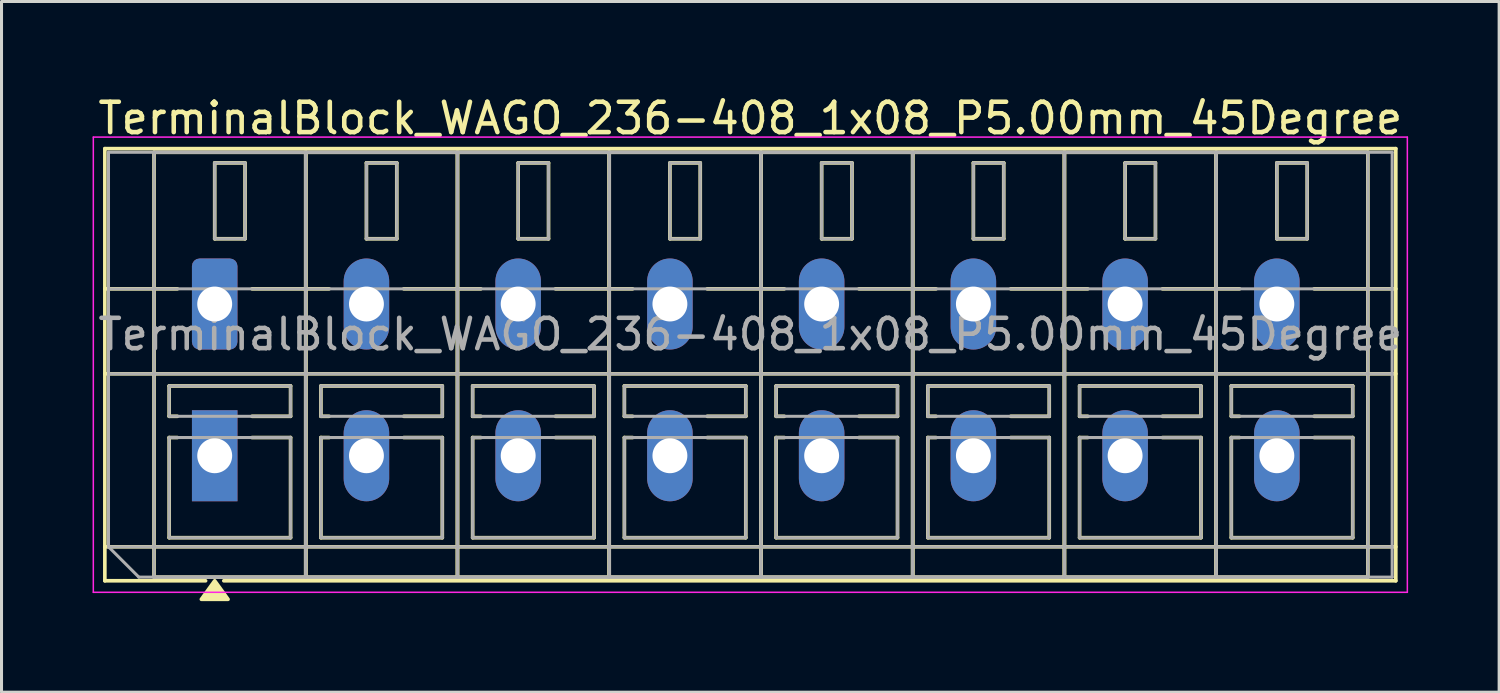
<source format=kicad_pcb>
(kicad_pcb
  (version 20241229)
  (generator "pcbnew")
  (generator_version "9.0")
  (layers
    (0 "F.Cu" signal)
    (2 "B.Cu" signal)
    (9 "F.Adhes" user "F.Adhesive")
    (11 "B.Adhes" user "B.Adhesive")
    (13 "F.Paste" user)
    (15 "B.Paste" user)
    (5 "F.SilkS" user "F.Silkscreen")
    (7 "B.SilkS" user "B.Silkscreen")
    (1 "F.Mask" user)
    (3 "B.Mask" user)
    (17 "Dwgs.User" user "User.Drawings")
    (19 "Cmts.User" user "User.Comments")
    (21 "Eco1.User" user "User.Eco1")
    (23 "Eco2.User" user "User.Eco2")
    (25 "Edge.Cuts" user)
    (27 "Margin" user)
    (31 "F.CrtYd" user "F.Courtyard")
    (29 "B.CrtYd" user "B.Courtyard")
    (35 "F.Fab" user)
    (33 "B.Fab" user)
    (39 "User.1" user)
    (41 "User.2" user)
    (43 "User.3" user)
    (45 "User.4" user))
  (footprint "TerminalBlock_WAGO_236-408_1x08_P5.00mm_45Degree"
    (layer "F.Cu")
    (at 4.025 6.968)
    (property "Reference" "TerminalBlock_WAGO_236-408_1x08_P5.00mm_45Degree" (at 17.65 -6.12 0) (layer "F.SilkS") (effects (font (size 1 1) (thickness 0.15))))
    (attr through_hole)
    (fp_line (start -3.62 -5.12) (end -3.62 9.12) (stroke (width 0.12) (type solid)) (layer "F.SilkS"))
    (fp_line (start -3.62 -5.12) (end 38.92 -5.12) (stroke (width 0.12) (type solid)) (layer "F.SilkS"))
    (fp_line (start -3.62 -0.5) (end -1.23 -0.5) (stroke (width 0.12) (type solid)) (layer "F.SilkS"))
    (fp_line (start -3.62 2.3) (end 38.92 2.3) (stroke (width 0.12) (type solid)) (layer "F.SilkS"))
    (fp_line (start -3.62 8) (end 38.92 8) (stroke (width 0.12) (type solid)) (layer "F.SilkS"))
    (fp_line (start -3.62 9.12) (end -0.3 9.12) (stroke (width 0.12) (type solid)) (layer "F.SilkS"))
    (fp_line (start -2 -5) (end -2 9) (stroke (width 0.12) (type solid)) (layer "F.SilkS"))
    (fp_line (start -2 -5) (end 3 -5) (stroke (width 0.12) (type solid)) (layer "F.SilkS"))
    (fp_line (start -2 9) (end 3 9) (stroke (width 0.12) (type solid)) (layer "F.SilkS"))
    (fp_line (start -1.5 2.7) (end -1.5 3.7) (stroke (width 0.12) (type solid)) (layer "F.SilkS"))
    (fp_line (start -1.5 2.7) (end 2.5 2.7) (stroke (width 0.12) (type solid)) (layer "F.SilkS"))
    (fp_line (start -1.5 3.7) (end -1.23 3.7) (stroke (width 0.12) (type solid)) (layer "F.SilkS"))
    (fp_line (start -1.5 4.4) (end -1.5 7.7) (stroke (width 0.12) (type solid)) (layer "F.SilkS"))
    (fp_line (start -1.5 4.4) (end -1.23 4.4) (stroke (width 0.12) (type solid)) (layer "F.SilkS"))
    (fp_line (start -1.5 7.7) (end 2.5 7.7) (stroke (width 0.12) (type solid)) (layer "F.SilkS"))
    (fp_line (start 0 -4.65) (end 0 -2.15) (stroke (width 0.12) (type solid)) (layer "F.SilkS"))
    (fp_line (start 0 -4.65) (end 1 -4.65) (stroke (width 0.12) (type solid)) (layer "F.SilkS"))
    (fp_line (start 0 -2.15) (end 1 -2.15) (stroke (width 0.12) (type solid)) (layer "F.SilkS"))
    (fp_line (start 0.3 9.12) (end 38.92 9.12) (stroke (width 0.12) (type solid)) (layer "F.SilkS"))
    (fp_line (start 1 -4.65) (end 1 -2.15) (stroke (width 0.12) (type solid)) (layer "F.SilkS"))
    (fp_line (start 1.23 -0.5) (end 3.77 -0.5) (stroke (width 0.12) (type solid)) (layer "F.SilkS"))
    (fp_line (start 1.23 3.7) (end 2.5 3.7) (stroke (width 0.12) (type solid)) (layer "F.SilkS"))
    (fp_line (start 1.23 4.4) (end 2.5 4.4) (stroke (width 0.12) (type solid)) (layer "F.SilkS"))
    (fp_line (start 2.5 2.7) (end 2.5 3.7) (stroke (width 0.12) (type solid)) (layer "F.SilkS"))
    (fp_line (start 2.5 4.4) (end 2.5 7.7) (stroke (width 0.12) (type solid)) (layer "F.SilkS"))
    (fp_line (start 3 -5) (end 3 9) (stroke (width 0.12) (type solid)) (layer "F.SilkS"))
    (fp_line (start 3 -5) (end 3 9) (stroke (width 0.12) (type solid)) (layer "F.SilkS"))
    (fp_line (start 3 -5) (end 8 -5) (stroke (width 0.12) (type solid)) (layer "F.SilkS"))
    (fp_line (start 3 9) (end 8 9) (stroke (width 0.12) (type solid)) (layer "F.SilkS"))
    (fp_line (start 3.5 2.7) (end 3.5 3.7) (stroke (width 0.12) (type solid)) (layer "F.SilkS"))
    (fp_line (start 3.5 2.7) (end 7.5 2.7) (stroke (width 0.12) (type solid)) (layer "F.SilkS"))
    (fp_line (start 3.5 3.7) (end 3.77 3.7) (stroke (width 0.12) (type solid)) (layer "F.SilkS"))
    (fp_line (start 3.5 4.4) (end 3.5 7.7) (stroke (width 0.12) (type solid)) (layer "F.SilkS"))
    (fp_line (start 3.5 4.4) (end 3.77 4.4) (stroke (width 0.12) (type solid)) (layer "F.SilkS"))
    (fp_line (start 3.5 7.7) (end 7.5 7.7) (stroke (width 0.12) (type solid)) (layer "F.SilkS"))
    (fp_line (start 5 -4.65) (end 5 -2.15) (stroke (width 0.12) (type solid)) (layer "F.SilkS"))
    (fp_line (start 5 -4.65) (end 6 -4.65) (stroke (width 0.12) (type solid)) (layer "F.SilkS"))
    (fp_line (start 5 -2.15) (end 6 -2.15) (stroke (width 0.12) (type solid)) (layer "F.SilkS"))
    (fp_line (start 6 -4.65) (end 6 -2.15) (stroke (width 0.12) (type solid)) (layer "F.SilkS"))
    (fp_line (start 6.23 -0.5) (end 8.77 -0.5) (stroke (width 0.12) (type solid)) (layer "F.SilkS"))
    (fp_line (start 6.23 3.7) (end 7.5 3.7) (stroke (width 0.12) (type solid)) (layer "F.SilkS"))
    (fp_line (start 6.23 4.4) (end 7.5 4.4) (stroke (width 0.12) (type solid)) (layer "F.SilkS"))
    (fp_line (start 7.5 2.7) (end 7.5 3.7) (stroke (width 0.12) (type solid)) (layer "F.SilkS"))
    (fp_line (start 7.5 4.4) (end 7.5 7.7) (stroke (width 0.12) (type solid)) (layer "F.SilkS"))
    (fp_line (start 8 -5) (end 8 9) (stroke (width 0.12) (type solid)) (layer "F.SilkS"))
    (fp_line (start 8 -5) (end 8 9) (stroke (width 0.12) (type solid)) (layer "F.SilkS"))
    (fp_line (start 8 -5) (end 13 -5) (stroke (width 0.12) (type solid)) (layer "F.SilkS"))
    (fp_line (start 8 9) (end 13 9) (stroke (width 0.12) (type solid)) (layer "F.SilkS"))
    (fp_line (start 8.5 2.7) (end 8.5 3.7) (stroke (width 0.12) (type solid)) (layer "F.SilkS"))
    (fp_line (start 8.5 2.7) (end 12.5 2.7) (stroke (width 0.12) (type solid)) (layer "F.SilkS"))
    (fp_line (start 8.5 3.7) (end 8.77 3.7) (stroke (width 0.12) (type solid)) (layer "F.SilkS"))
    (fp_line (start 8.5 4.4) (end 8.5 7.7) (stroke (width 0.12) (type solid)) (layer "F.SilkS"))
    (fp_line (start 8.5 4.4) (end 8.77 4.4) (stroke (width 0.12) (type solid)) (layer "F.SilkS"))
    (fp_line (start 8.5 7.7) (end 12.5 7.7) (stroke (width 0.12) (type solid)) (layer "F.SilkS"))
    (fp_line (start 10 -4.65) (end 10 -2.15) (stroke (width 0.12) (type solid)) (layer "F.SilkS"))
    (fp_line (start 10 -4.65) (end 11 -4.65) (stroke (width 0.12) (type solid)) (layer "F.SilkS"))
    (fp_line (start 10 -2.15) (end 11 -2.15) (stroke (width 0.12) (type solid)) (layer "F.SilkS"))
    (fp_line (start 11 -4.65) (end 11 -2.15) (stroke (width 0.12) (type solid)) (layer "F.SilkS"))
    (fp_line (start 11.23 -0.5) (end 13.77 -0.5) (stroke (width 0.12) (type solid)) (layer "F.SilkS"))
    (fp_line (start 11.23 3.7) (end 12.5 3.7) (stroke (width 0.12) (type solid)) (layer "F.SilkS"))
    (fp_line (start 11.23 4.4) (end 12.5 4.4) (stroke (width 0.12) (type solid)) (layer "F.SilkS"))
    (fp_line (start 12.5 2.7) (end 12.5 3.7) (stroke (width 0.12) (type solid)) (layer "F.SilkS"))
    (fp_line (start 12.5 4.4) (end 12.5 7.7) (stroke (width 0.12) (type solid)) (layer "F.SilkS"))
    (fp_line (start 13 -5) (end 13 9) (stroke (width 0.12) (type solid)) (layer "F.SilkS"))
    (fp_line (start 13 -5) (end 13 9) (stroke (width 0.12) (type solid)) (layer "F.SilkS"))
    (fp_line (start 13 -5) (end 18 -5) (stroke (width 0.12) (type solid)) (layer "F.SilkS"))
    (fp_line (start 13 9) (end 18 9) (stroke (width 0.12) (type solid)) (layer "F.SilkS"))
    (fp_line (start 13.5 2.7) (end 13.5 3.7) (stroke (width 0.12) (type solid)) (layer "F.SilkS"))
    (fp_line (start 13.5 2.7) (end 17.5 2.7) (stroke (width 0.12) (type solid)) (layer "F.SilkS"))
    (fp_line (start 13.5 3.7) (end 13.77 3.7) (stroke (width 0.12) (type solid)) (layer "F.SilkS"))
    (fp_line (start 13.5 4.4) (end 13.5 7.7) (stroke (width 0.12) (type solid)) (layer "F.SilkS"))
    (fp_line (start 13.5 4.4) (end 13.77 4.4) (stroke (width 0.12) (type solid)) (layer "F.SilkS"))
    (fp_line (start 13.5 7.7) (end 17.5 7.7) (stroke (width 0.12) (type solid)) (layer "F.SilkS"))
    (fp_line (start 15 -4.65) (end 15 -2.15) (stroke (width 0.12) (type solid)) (layer "F.SilkS"))
    (fp_line (start 15 -4.65) (end 16 -4.65) (stroke (width 0.12) (type solid)) (layer "F.SilkS"))
    (fp_line (start 15 -2.15) (end 16 -2.15) (stroke (width 0.12) (type solid)) (layer "F.SilkS"))
    (fp_line (start 16 -4.65) (end 16 -2.15) (stroke (width 0.12) (type solid)) (layer "F.SilkS"))
    (fp_line (start 16.23 -0.5) (end 18.77 -0.5) (stroke (width 0.12) (type solid)) (layer "F.SilkS"))
    (fp_line (start 16.23 3.7) (end 17.5 3.7) (stroke (width 0.12) (type solid)) (layer "F.SilkS"))
    (fp_line (start 16.23 4.4) (end 17.5 4.4) (stroke (width 0.12) (type solid)) (layer "F.SilkS"))
    (fp_line (start 17.5 2.7) (end 17.5 3.7) (stroke (width 0.12) (type solid)) (layer "F.SilkS"))
    (fp_line (start 17.5 4.4) (end 17.5 7.7) (stroke (width 0.12) (type solid)) (layer "F.SilkS"))
    (fp_line (start 18 -5) (end 18 9) (stroke (width 0.12) (type solid)) (layer "F.SilkS"))
    (fp_line (start 18 -5) (end 18 9) (stroke (width 0.12) (type solid)) (layer "F.SilkS"))
    (fp_line (start 18 -5) (end 23 -5) (stroke (width 0.12) (type solid)) (layer "F.SilkS"))
    (fp_line (start 18 9) (end 23 9) (stroke (width 0.12) (type solid)) (layer "F.SilkS"))
    (fp_line (start 18.5 2.7) (end 18.5 3.7) (stroke (width 0.12) (type solid)) (layer "F.SilkS"))
    (fp_line (start 18.5 2.7) (end 22.5 2.7) (stroke (width 0.12) (type solid)) (layer "F.SilkS"))
    (fp_line (start 18.5 3.7) (end 18.77 3.7) (stroke (width 0.12) (type solid)) (layer "F.SilkS"))
    (fp_line (start 18.5 4.4) (end 18.5 7.7) (stroke (width 0.12) (type solid)) (layer "F.SilkS"))
    (fp_line (start 18.5 4.4) (end 18.77 4.4) (stroke (width 0.12) (type solid)) (layer "F.SilkS"))
    (fp_line (start 18.5 7.7) (end 22.5 7.7) (stroke (width 0.12) (type solid)) (layer "F.SilkS"))
    (fp_line (start 20 -4.65) (end 20 -2.15) (stroke (width 0.12) (type solid)) (layer "F.SilkS"))
    (fp_line (start 20 -4.65) (end 21 -4.65) (stroke (width 0.12) (type solid)) (layer "F.SilkS"))
    (fp_line (start 20 -2.15) (end 21 -2.15) (stroke (width 0.12) (type solid)) (layer "F.SilkS"))
    (fp_line (start 21 -4.65) (end 21 -2.15) (stroke (width 0.12) (type solid)) (layer "F.SilkS"))
    (fp_line (start 21.23 -0.5) (end 23.77 -0.5) (stroke (width 0.12) (type solid)) (layer "F.SilkS"))
    (fp_line (start 21.23 3.7) (end 22.5 3.7) (stroke (width 0.12) (type solid)) (layer "F.SilkS"))
    (fp_line (start 21.23 4.4) (end 22.5 4.4) (stroke (width 0.12) (type solid)) (layer "F.SilkS"))
    (fp_line (start 22.5 2.7) (end 22.5 3.7) (stroke (width 0.12) (type solid)) (layer "F.SilkS"))
    (fp_line (start 22.5 4.4) (end 22.5 7.7) (stroke (width 0.12) (type solid)) (layer "F.SilkS"))
    (fp_line (start 23 -5) (end 23 9) (stroke (width 0.12) (type solid)) (layer "F.SilkS"))
    (fp_line (start 23 -5) (end 23 9) (stroke (width 0.12) (type solid)) (layer "F.SilkS"))
    (fp_line (start 23 -5) (end 28 -5) (stroke (width 0.12) (type solid)) (layer "F.SilkS"))
    (fp_line (start 23 9) (end 28 9) (stroke (width 0.12) (type solid)) (layer "F.SilkS"))
    (fp_line (start 23.5 2.7) (end 23.5 3.7) (stroke (width 0.12) (type solid)) (layer "F.SilkS"))
    (fp_line (start 23.5 2.7) (end 27.5 2.7) (stroke (width 0.12) (type solid)) (layer "F.SilkS"))
    (fp_line (start 23.5 3.7) (end 23.77 3.7) (stroke (width 0.12) (type solid)) (layer "F.SilkS"))
    (fp_line (start 23.5 4.4) (end 23.5 7.7) (stroke (width 0.12) (type solid)) (layer "F.SilkS"))
    (fp_line (start 23.5 4.4) (end 23.77 4.4) (stroke (width 0.12) (type solid)) (layer "F.SilkS"))
    (fp_line (start 23.5 7.7) (end 27.5 7.7) (stroke (width 0.12) (type solid)) (layer "F.SilkS"))
    (fp_line (start 25 -4.65) (end 25 -2.15) (stroke (width 0.12) (type solid)) (layer "F.SilkS"))
    (fp_line (start 25 -4.65) (end 26 -4.65) (stroke (width 0.12) (type solid)) (layer "F.SilkS"))
    (fp_line (start 25 -2.15) (end 26 -2.15) (stroke (width 0.12) (type solid)) (layer "F.SilkS"))
    (fp_line (start 26 -4.65) (end 26 -2.15) (stroke (width 0.12) (type solid)) (layer "F.SilkS"))
    (fp_line (start 26.23 -0.5) (end 28.77 -0.5) (stroke (width 0.12) (type solid)) (layer "F.SilkS"))
    (fp_line (start 26.23 3.7) (end 27.5 3.7) (stroke (width 0.12) (type solid)) (layer "F.SilkS"))
    (fp_line (start 26.23 4.4) (end 27.5 4.4) (stroke (width 0.12) (type solid)) (layer "F.SilkS"))
    (fp_line (start 27.5 2.7) (end 27.5 3.7) (stroke (width 0.12) (type solid)) (layer "F.SilkS"))
    (fp_line (start 27.5 4.4) (end 27.5 7.7) (stroke (width 0.12) (type solid)) (layer "F.SilkS"))
    (fp_line (start 28 -5) (end 28 9) (stroke (width 0.12) (type solid)) (layer "F.SilkS"))
    (fp_line (start 28 -5) (end 28 9) (stroke (width 0.12) (type solid)) (layer "F.SilkS"))
    (fp_line (start 28 -5) (end 33 -5) (stroke (width 0.12) (type solid)) (layer "F.SilkS"))
    (fp_line (start 28 9) (end 33 9) (stroke (width 0.12) (type solid)) (layer "F.SilkS"))
    (fp_line (start 28.5 2.7) (end 28.5 3.7) (stroke (width 0.12) (type solid)) (layer "F.SilkS"))
    (fp_line (start 28.5 2.7) (end 32.5 2.7) (stroke (width 0.12) (type solid)) (layer "F.SilkS"))
    (fp_line (start 28.5 3.7) (end 28.77 3.7) (stroke (width 0.12) (type solid)) (layer "F.SilkS"))
    (fp_line (start 28.5 4.4) (end 28.5 7.7) (stroke (width 0.12) (type solid)) (layer "F.SilkS"))
    (fp_line (start 28.5 4.4) (end 28.77 4.4) (stroke (width 0.12) (type solid)) (layer "F.SilkS"))
    (fp_line (start 28.5 7.7) (end 32.5 7.7) (stroke (width 0.12) (type solid)) (layer "F.SilkS"))
    (fp_line (start 30 -4.65) (end 30 -2.15) (stroke (width 0.12) (type solid)) (layer "F.SilkS"))
    (fp_line (start 30 -4.65) (end 31 -4.65) (stroke (width 0.12) (type solid)) (layer "F.SilkS"))
    (fp_line (start 30 -2.15) (end 31 -2.15) (stroke (width 0.12) (type solid)) (layer "F.SilkS"))
    (fp_line (start 31 -4.65) (end 31 -2.15) (stroke (width 0.12) (type solid)) (layer "F.SilkS"))
    (fp_line (start 31.23 -0.5) (end 33.77 -0.5) (stroke (width 0.12) (type solid)) (layer "F.SilkS"))
    (fp_line (start 31.23 3.7) (end 32.5 3.7) (stroke (width 0.12) (type solid)) (layer "F.SilkS"))
    (fp_line (start 31.23 4.4) (end 32.5 4.4) (stroke (width 0.12) (type solid)) (layer "F.SilkS"))
    (fp_line (start 32.5 2.7) (end 32.5 3.7) (stroke (width 0.12) (type solid)) (layer "F.SilkS"))
    (fp_line (start 32.5 4.4) (end 32.5 7.7) (stroke (width 0.12) (type solid)) (layer "F.SilkS"))
    (fp_line (start 33 -5) (end 33 9) (stroke (width 0.12) (type solid)) (layer "F.SilkS"))
    (fp_line (start 33 -5) (end 33 9) (stroke (width 0.12) (type solid)) (layer "F.SilkS"))
    (fp_line (start 33 -5) (end 38 -5) (stroke (width 0.12) (type solid)) (layer "F.SilkS"))
    (fp_line (start 33 9) (end 38 9) (stroke (width 0.12) (type solid)) (layer "F.SilkS"))
    (fp_line (start 33.5 2.7) (end 33.5 3.7) (stroke (width 0.12) (type solid)) (layer "F.SilkS"))
    (fp_line (start 33.5 2.7) (end 37.5 2.7) (stroke (width 0.12) (type solid)) (layer "F.SilkS"))
    (fp_line (start 33.5 3.7) (end 33.77 3.7) (stroke (width 0.12) (type solid)) (layer "F.SilkS"))
    (fp_line (start 33.5 4.4) (end 33.5 7.7) (stroke (width 0.12) (type solid)) (layer "F.SilkS"))
    (fp_line (start 33.5 4.4) (end 33.77 4.4) (stroke (width 0.12) (type solid)) (layer "F.SilkS"))
    (fp_line (start 33.5 7.7) (end 37.5 7.7) (stroke (width 0.12) (type solid)) (layer "F.SilkS"))
    (fp_line (start 35 -4.65) (end 35 -2.15) (stroke (width 0.12) (type solid)) (layer "F.SilkS"))
    (fp_line (start 35 -4.65) (end 36 -4.65) (stroke (width 0.12) (type solid)) (layer "F.SilkS"))
    (fp_line (start 35 -2.15) (end 36 -2.15) (stroke (width 0.12) (type solid)) (layer "F.SilkS"))
    (fp_line (start 36 -4.65) (end 36 -2.15) (stroke (width 0.12) (type solid)) (layer "F.SilkS"))
    (fp_line (start 36.23 -0.5) (end 38.92 -0.5) (stroke (width 0.12) (type solid)) (layer "F.SilkS"))
    (fp_line (start 36.23 3.7) (end 37.5 3.7) (stroke (width 0.12) (type solid)) (layer "F.SilkS"))
    (fp_line (start 36.23 4.4) (end 37.5 4.4) (stroke (width 0.12) (type solid)) (layer "F.SilkS"))
    (fp_line (start 37.5 2.7) (end 37.5 3.7) (stroke (width 0.12) (type solid)) (layer "F.SilkS"))
    (fp_line (start 37.5 4.4) (end 37.5 7.7) (stroke (width 0.12) (type solid)) (layer "F.SilkS"))
    (fp_line (start 38 -5) (end 38 9) (stroke (width 0.12) (type solid)) (layer "F.SilkS"))
    (fp_line (start 38.92 -5.12) (end 38.92 9.12) (stroke (width 0.12) (type solid)) (layer "F.SilkS"))
    (fp_poly (pts (xy 0 9.12) (xy 0.44 9.73) (xy -0.44 9.73)) (stroke (width 0.12) (type solid)) (fill yes) (layer "F.SilkS"))
    (fp_line (start -4 -5.5) (end -4 9.5) (stroke (width 0.05) (type solid)) (layer "F.CrtYd"))
    (fp_line (start -4 9.5) (end 39.3 9.5) (stroke (width 0.05) (type solid)) (layer "F.CrtYd"))
    (fp_line (start 39.3 -5.5) (end -4 -5.5) (stroke (width 0.05) (type solid)) (layer "F.CrtYd"))
    (fp_line (start 39.3 9.5) (end 39.3 -5.5) (stroke (width 0.05) (type solid)) (layer "F.CrtYd"))
    (fp_line (start -3.5 -5) (end 38.8 -5) (stroke (width 0.1) (type solid)) (layer "F.Fab"))
    (fp_line (start -3.5 -0.5) (end 38.8 -0.5) (stroke (width 0.1) (type solid)) (layer "F.Fab"))
    (fp_line (start -3.5 2.3) (end 38.8 2.3) (stroke (width 0.1) (type solid)) (layer "F.Fab"))
    (fp_line (start -3.5 8) (end -3.5 -5) (stroke (width 0.1) (type solid)) (layer "F.Fab"))
    (fp_line (start -3.5 8) (end 38.8 8) (stroke (width 0.1) (type solid)) (layer "F.Fab"))
    (fp_line (start -2.5 9) (end -3.5 8) (stroke (width 0.1) (type solid)) (layer "F.Fab"))
    (fp_line (start -2 -5) (end -2 9) (stroke (width 0.1) (type solid)) (layer "F.Fab"))
    (fp_line (start -2 9) (end 3 9) (stroke (width 0.1) (type solid)) (layer "F.Fab"))
    (fp_line (start -1.5 2.7) (end -1.5 3.7) (stroke (width 0.1) (type solid)) (layer "F.Fab"))
    (fp_line (start -1.5 3.7) (end 2.5 3.7) (stroke (width 0.1) (type solid)) (layer "F.Fab"))
    (fp_line (start -1.5 4.4) (end -1.5 7.7) (stroke (width 0.1) (type solid)) (layer "F.Fab"))
    (fp_line (start -1.5 7.7) (end 2.5 7.7) (stroke (width 0.1) (type solid)) (layer "F.Fab"))
    (fp_line (start 0 -4.65) (end 0 -2.15) (stroke (width 0.1) (type solid)) (layer "F.Fab"))
    (fp_line (start 0 -2.15) (end 1 -2.15) (stroke (width 0.1) (type solid)) (layer "F.Fab"))
    (fp_line (start 1 -4.65) (end 0 -4.65) (stroke (width 0.1) (type solid)) (layer "F.Fab"))
    (fp_line (start 1 -2.15) (end 1 -4.65) (stroke (width 0.1) (type solid)) (layer "F.Fab"))
    (fp_line (start 2.5 2.7) (end -1.5 2.7) (stroke (width 0.1) (type solid)) (layer "F.Fab"))
    (fp_line (start 2.5 3.7) (end 2.5 2.7) (stroke (width 0.1) (type solid)) (layer "F.Fab"))
    (fp_line (start 2.5 4.4) (end -1.5 4.4) (stroke (width 0.1) (type solid)) (layer "F.Fab"))
    (fp_line (start 2.5 7.7) (end 2.5 4.4) (stroke (width 0.1) (type solid)) (layer "F.Fab"))
    (fp_line (start 3 -5) (end -2 -5) (stroke (width 0.1) (type solid)) (layer "F.Fab"))
    (fp_line (start 3 -5) (end 3 9) (stroke (width 0.1) (type solid)) (layer "F.Fab"))
    (fp_line (start 3 9) (end 3 -5) (stroke (width 0.1) (type solid)) (layer "F.Fab"))
    (fp_line (start 3 9) (end 8 9) (stroke (width 0.1) (type solid)) (layer "F.Fab"))
    (fp_line (start 3.5 2.7) (end 3.5 3.7) (stroke (width 0.1) (type solid)) (layer "F.Fab"))
    (fp_line (start 3.5 3.7) (end 7.5 3.7) (stroke (width 0.1) (type solid)) (layer "F.Fab"))
    (fp_line (start 3.5 4.4) (end 3.5 7.7) (stroke (width 0.1) (type solid)) (layer "F.Fab"))
    (fp_line (start 3.5 7.7) (end 7.5 7.7) (stroke (width 0.1) (type solid)) (layer "F.Fab"))
    (fp_line (start 5 -4.65) (end 5 -2.15) (stroke (width 0.1) (type solid)) (layer "F.Fab"))
    (fp_line (start 5 -2.15) (end 6 -2.15) (stroke (width 0.1) (type solid)) (layer "F.Fab"))
    (fp_line (start 6 -4.65) (end 5 -4.65) (stroke (width 0.1) (type solid)) (layer "F.Fab"))
    (fp_line (start 6 -2.15) (end 6 -4.65) (stroke (width 0.1) (type solid)) (layer "F.Fab"))
    (fp_line (start 7.5 2.7) (end 3.5 2.7) (stroke (width 0.1) (type solid)) (layer "F.Fab"))
    (fp_line (start 7.5 3.7) (end 7.5 2.7) (stroke (width 0.1) (type solid)) (layer "F.Fab"))
    (fp_line (start 7.5 4.4) (end 3.5 4.4) (stroke (width 0.1) (type solid)) (layer "F.Fab"))
    (fp_line (start 7.5 7.7) (end 7.5 4.4) (stroke (width 0.1) (type solid)) (layer "F.Fab"))
    (fp_line (start 8 -5) (end 3 -5) (stroke (width 0.1) (type solid)) (layer "F.Fab"))
    (fp_line (start 8 -5) (end 8 9) (stroke (width 0.1) (type solid)) (layer "F.Fab"))
    (fp_line (start 8 9) (end 8 -5) (stroke (width 0.1) (type solid)) (layer "F.Fab"))
    (fp_line (start 8 9) (end 13 9) (stroke (width 0.1) (type solid)) (layer "F.Fab"))
    (fp_line (start 8.5 2.7) (end 8.5 3.7) (stroke (width 0.1) (type solid)) (layer "F.Fab"))
    (fp_line (start 8.5 3.7) (end 12.5 3.7) (stroke (width 0.1) (type solid)) (layer "F.Fab"))
    (fp_line (start 8.5 4.4) (end 8.5 7.7) (stroke (width 0.1) (type solid)) (layer "F.Fab"))
    (fp_line (start 8.5 7.7) (end 12.5 7.7) (stroke (width 0.1) (type solid)) (layer "F.Fab"))
    (fp_line (start 10 -4.65) (end 10 -2.15) (stroke (width 0.1) (type solid)) (layer "F.Fab"))
    (fp_line (start 10 -2.15) (end 11 -2.15) (stroke (width 0.1) (type solid)) (layer "F.Fab"))
    (fp_line (start 11 -4.65) (end 10 -4.65) (stroke (width 0.1) (type solid)) (layer "F.Fab"))
    (fp_line (start 11 -2.15) (end 11 -4.65) (stroke (width 0.1) (type solid)) (layer "F.Fab"))
    (fp_line (start 12.5 2.7) (end 8.5 2.7) (stroke (width 0.1) (type solid)) (layer "F.Fab"))
    (fp_line (start 12.5 3.7) (end 12.5 2.7) (stroke (width 0.1) (type solid)) (layer "F.Fab"))
    (fp_line (start 12.5 4.4) (end 8.5 4.4) (stroke (width 0.1) (type solid)) (layer "F.Fab"))
    (fp_line (start 12.5 7.7) (end 12.5 4.4) (stroke (width 0.1) (type solid)) (layer "F.Fab"))
    (fp_line (start 13 -5) (end 8 -5) (stroke (width 0.1) (type solid)) (layer "F.Fab"))
    (fp_line (start 13 -5) (end 13 9) (stroke (width 0.1) (type solid)) (layer "F.Fab"))
    (fp_line (start 13 9) (end 13 -5) (stroke (width 0.1) (type solid)) (layer "F.Fab"))
    (fp_line (start 13 9) (end 18 9) (stroke (width 0.1) (type solid)) (layer "F.Fab"))
    (fp_line (start 13.5 2.7) (end 13.5 3.7) (stroke (width 0.1) (type solid)) (layer "F.Fab"))
    (fp_line (start 13.5 3.7) (end 17.5 3.7) (stroke (width 0.1) (type solid)) (layer "F.Fab"))
    (fp_line (start 13.5 4.4) (end 13.5 7.7) (stroke (width 0.1) (type solid)) (layer "F.Fab"))
    (fp_line (start 13.5 7.7) (end 17.5 7.7) (stroke (width 0.1) (type solid)) (layer "F.Fab"))
    (fp_line (start 15 -4.65) (end 15 -2.15) (stroke (width 0.1) (type solid)) (layer "F.Fab"))
    (fp_line (start 15 -2.15) (end 16 -2.15) (stroke (width 0.1) (type solid)) (layer "F.Fab"))
    (fp_line (start 16 -4.65) (end 15 -4.65) (stroke (width 0.1) (type solid)) (layer "F.Fab"))
    (fp_line (start 16 -2.15) (end 16 -4.65) (stroke (width 0.1) (type solid)) (layer "F.Fab"))
    (fp_line (start 17.5 2.7) (end 13.5 2.7) (stroke (width 0.1) (type solid)) (layer "F.Fab"))
    (fp_line (start 17.5 3.7) (end 17.5 2.7) (stroke (width 0.1) (type solid)) (layer "F.Fab"))
    (fp_line (start 17.5 4.4) (end 13.5 4.4) (stroke (width 0.1) (type solid)) (layer "F.Fab"))
    (fp_line (start 17.5 7.7) (end 17.5 4.4) (stroke (width 0.1) (type solid)) (layer "F.Fab"))
    (fp_line (start 18 -5) (end 13 -5) (stroke (width 0.1) (type solid)) (layer "F.Fab"))
    (fp_line (start 18 -5) (end 18 9) (stroke (width 0.1) (type solid)) (layer "F.Fab"))
    (fp_line (start 18 9) (end 18 -5) (stroke (width 0.1) (type solid)) (layer "F.Fab"))
    (fp_line (start 18 9) (end 23 9) (stroke (width 0.1) (type solid)) (layer "F.Fab"))
    (fp_line (start 18.5 2.7) (end 18.5 3.7) (stroke (width 0.1) (type solid)) (layer "F.Fab"))
    (fp_line (start 18.5 3.7) (end 22.5 3.7) (stroke (width 0.1) (type solid)) (layer "F.Fab"))
    (fp_line (start 18.5 4.4) (end 18.5 7.7) (stroke (width 0.1) (type solid)) (layer "F.Fab"))
    (fp_line (start 18.5 7.7) (end 22.5 7.7) (stroke (width 0.1) (type solid)) (layer "F.Fab"))
    (fp_line (start 20 -4.65) (end 20 -2.15) (stroke (width 0.1) (type solid)) (layer "F.Fab"))
    (fp_line (start 20 -2.15) (end 21 -2.15) (stroke (width 0.1) (type solid)) (layer "F.Fab"))
    (fp_line (start 21 -4.65) (end 20 -4.65) (stroke (width 0.1) (type solid)) (layer "F.Fab"))
    (fp_line (start 21 -2.15) (end 21 -4.65) (stroke (width 0.1) (type solid)) (layer "F.Fab"))
    (fp_line (start 22.5 2.7) (end 18.5 2.7) (stroke (width 0.1) (type solid)) (layer "F.Fab"))
    (fp_line (start 22.5 3.7) (end 22.5 2.7) (stroke (width 0.1) (type solid)) (layer "F.Fab"))
    (fp_line (start 22.5 4.4) (end 18.5 4.4) (stroke (width 0.1) (type solid)) (layer "F.Fab"))
    (fp_line (start 22.5 7.7) (end 22.5 4.4) (stroke (width 0.1) (type solid)) (layer "F.Fab"))
    (fp_line (start 23 -5) (end 18 -5) (stroke (width 0.1) (type solid)) (layer "F.Fab"))
    (fp_line (start 23 -5) (end 23 9) (stroke (width 0.1) (type solid)) (layer "F.Fab"))
    (fp_line (start 23 9) (end 23 -5) (stroke (width 0.1) (type solid)) (layer "F.Fab"))
    (fp_line (start 23 9) (end 28 9) (stroke (width 0.1) (type solid)) (layer "F.Fab"))
    (fp_line (start 23.5 2.7) (end 23.5 3.7) (stroke (width 0.1) (type solid)) (layer "F.Fab"))
    (fp_line (start 23.5 3.7) (end 27.5 3.7) (stroke (width 0.1) (type solid)) (layer "F.Fab"))
    (fp_line (start 23.5 4.4) (end 23.5 7.7) (stroke (width 0.1) (type solid)) (layer "F.Fab"))
    (fp_line (start 23.5 7.7) (end 27.5 7.7) (stroke (width 0.1) (type solid)) (layer "F.Fab"))
    (fp_line (start 25 -4.65) (end 25 -2.15) (stroke (width 0.1) (type solid)) (layer "F.Fab"))
    (fp_line (start 25 -2.15) (end 26 -2.15) (stroke (width 0.1) (type solid)) (layer "F.Fab"))
    (fp_line (start 26 -4.65) (end 25 -4.65) (stroke (width 0.1) (type solid)) (layer "F.Fab"))
    (fp_line (start 26 -2.15) (end 26 -4.65) (stroke (width 0.1) (type solid)) (layer "F.Fab"))
    (fp_line (start 27.5 2.7) (end 23.5 2.7) (stroke (width 0.1) (type solid)) (layer "F.Fab"))
    (fp_line (start 27.5 3.7) (end 27.5 2.7) (stroke (width 0.1) (type solid)) (layer "F.Fab"))
    (fp_line (start 27.5 4.4) (end 23.5 4.4) (stroke (width 0.1) (type solid)) (layer "F.Fab"))
    (fp_line (start 27.5 7.7) (end 27.5 4.4) (stroke (width 0.1) (type solid)) (layer "F.Fab"))
    (fp_line (start 28 -5) (end 23 -5) (stroke (width 0.1) (type solid)) (layer "F.Fab"))
    (fp_line (start 28 -5) (end 28 9) (stroke (width 0.1) (type solid)) (layer "F.Fab"))
    (fp_line (start 28 9) (end 28 -5) (stroke (width 0.1) (type solid)) (layer "F.Fab"))
    (fp_line (start 28 9) (end 33 9) (stroke (width 0.1) (type solid)) (layer "F.Fab"))
    (fp_line (start 28.5 2.7) (end 28.5 3.7) (stroke (width 0.1) (type solid)) (layer "F.Fab"))
    (fp_line (start 28.5 3.7) (end 32.5 3.7) (stroke (width 0.1) (type solid)) (layer "F.Fab"))
    (fp_line (start 28.5 4.4) (end 28.5 7.7) (stroke (width 0.1) (type solid)) (layer "F.Fab"))
    (fp_line (start 28.5 7.7) (end 32.5 7.7) (stroke (width 0.1) (type solid)) (layer "F.Fab"))
    (fp_line (start 30 -4.65) (end 30 -2.15) (stroke (width 0.1) (type solid)) (layer "F.Fab"))
    (fp_line (start 30 -2.15) (end 31 -2.15) (stroke (width 0.1) (type solid)) (layer "F.Fab"))
    (fp_line (start 31 -4.65) (end 30 -4.65) (stroke (width 0.1) (type solid)) (layer "F.Fab"))
    (fp_line (start 31 -2.15) (end 31 -4.65) (stroke (width 0.1) (type solid)) (layer "F.Fab"))
    (fp_line (start 32.5 2.7) (end 28.5 2.7) (stroke (width 0.1) (type solid)) (layer "F.Fab"))
    (fp_line (start 32.5 3.7) (end 32.5 2.7) (stroke (width 0.1) (type solid)) (layer "F.Fab"))
    (fp_line (start 32.5 4.4) (end 28.5 4.4) (stroke (width 0.1) (type solid)) (layer "F.Fab"))
    (fp_line (start 32.5 7.7) (end 32.5 4.4) (stroke (width 0.1) (type solid)) (layer "F.Fab"))
    (fp_line (start 33 -5) (end 28 -5) (stroke (width 0.1) (type solid)) (layer "F.Fab"))
    (fp_line (start 33 -5) (end 33 9) (stroke (width 0.1) (type solid)) (layer "F.Fab"))
    (fp_line (start 33 9) (end 33 -5) (stroke (width 0.1) (type solid)) (layer "F.Fab"))
    (fp_line (start 33 9) (end 38 9) (stroke (width 0.1) (type solid)) (layer "F.Fab"))
    (fp_line (start 33.5 2.7) (end 33.5 3.7) (stroke (width 0.1) (type solid)) (layer "F.Fab"))
    (fp_line (start 33.5 3.7) (end 37.5 3.7) (stroke (width 0.1) (type solid)) (layer "F.Fab"))
    (fp_line (start 33.5 4.4) (end 33.5 7.7) (stroke (width 0.1) (type solid)) (layer "F.Fab"))
    (fp_line (start 33.5 7.7) (end 37.5 7.7) (stroke (width 0.1) (type solid)) (layer "F.Fab"))
    (fp_line (start 35 -4.65) (end 35 -2.15) (stroke (width 0.1) (type solid)) (layer "F.Fab"))
    (fp_line (start 35 -2.15) (end 36 -2.15) (stroke (width 0.1) (type solid)) (layer "F.Fab"))
    (fp_line (start 36 -4.65) (end 35 -4.65) (stroke (width 0.1) (type solid)) (layer "F.Fab"))
    (fp_line (start 36 -2.15) (end 36 -4.65) (stroke (width 0.1) (type solid)) (layer "F.Fab"))
    (fp_line (start 37.5 2.7) (end 33.5 2.7) (stroke (width 0.1) (type solid)) (layer "F.Fab"))
    (fp_line (start 37.5 3.7) (end 37.5 2.7) (stroke (width 0.1) (type solid)) (layer "F.Fab"))
    (fp_line (start 37.5 4.4) (end 33.5 4.4) (stroke (width 0.1) (type solid)) (layer "F.Fab"))
    (fp_line (start 37.5 7.7) (end 37.5 4.4) (stroke (width 0.1) (type solid)) (layer "F.Fab"))
    (fp_line (start 38 -5) (end 33 -5) (stroke (width 0.1) (type solid)) (layer "F.Fab"))
    (fp_line (start 38 9) (end 38 -5) (stroke (width 0.1) (type solid)) (layer "F.Fab"))
    (fp_line (start 38.8 -5) (end 38.8 9) (stroke (width 0.1) (type solid)) (layer "F.Fab"))
    (fp_line (start 38.8 9) (end -2.5 9) (stroke (width 0.1) (type solid)) (layer "F.Fab"))
    (fp_text user "${REFERENCE}" (at 17.65 1 0) (layer "F.Fab") (effects (font (size 1 1) (thickness 0.15))))
    (pad "1" thru_hole roundrect (at 0 0) (size 1.5 3) (drill 1.15) (layers "*.Cu" "*.Mask") (roundrect_rratio 0.167))
    (pad "1" thru_hole rect (at 0 5) (size 1.5 3) (drill 1.15) (layers "*.Cu" "*.Mask"))
    (pad "2" thru_hole oval (at 5 0) (size 1.5 3) (drill 1.15) (layers "*.Cu" "*.Mask"))
    (pad "2" thru_hole oval (at 5 5) (size 1.5 3) (drill 1.15) (layers "*.Cu" "*.Mask"))
    (pad "3" thru_hole oval (at 10 0) (size 1.5 3) (drill 1.15) (layers "*.Cu" "*.Mask"))
    (pad "3" thru_hole oval (at 10 5) (size 1.5 3) (drill 1.15) (layers "*.Cu" "*.Mask"))
    (pad "4" thru_hole oval (at 15 0) (size 1.5 3) (drill 1.15) (layers "*.Cu" "*.Mask"))
    (pad "4" thru_hole oval (at 15 5) (size 1.5 3) (drill 1.15) (layers "*.Cu" "*.Mask"))
    (pad "5" thru_hole oval (at 20 0) (size 1.5 3) (drill 1.15) (layers "*.Cu" "*.Mask"))
    (pad "5" thru_hole oval (at 20 5) (size 1.5 3) (drill 1.15) (layers "*.Cu" "*.Mask"))
    (pad "6" thru_hole oval (at 25 0) (size 1.5 3) (drill 1.15) (layers "*.Cu" "*.Mask"))
    (pad "6" thru_hole oval (at 25 5) (size 1.5 3) (drill 1.15) (layers "*.Cu" "*.Mask"))
    (pad "7" thru_hole oval (at 30 0) (size 1.5 3) (drill 1.15) (layers "*.Cu" "*.Mask"))
    (pad "7" thru_hole oval (at 30 5) (size 1.5 3) (drill 1.15) (layers "*.Cu" "*.Mask"))
    (pad "8" thru_hole oval (at 35 0) (size 1.5 3) (drill 1.15) (layers "*.Cu" "*.Mask"))
    (pad "8" thru_hole oval (at 35 5) (size 1.5 3) (drill 1.15) (layers "*.Cu" "*.Mask")))
  (gr_rect
    (start -3 -3)
    (end 46.35 19.758)
    (stroke (width 0.1) (type default))
    (fill no)
    (layer "Edge.Cuts")))
</source>
